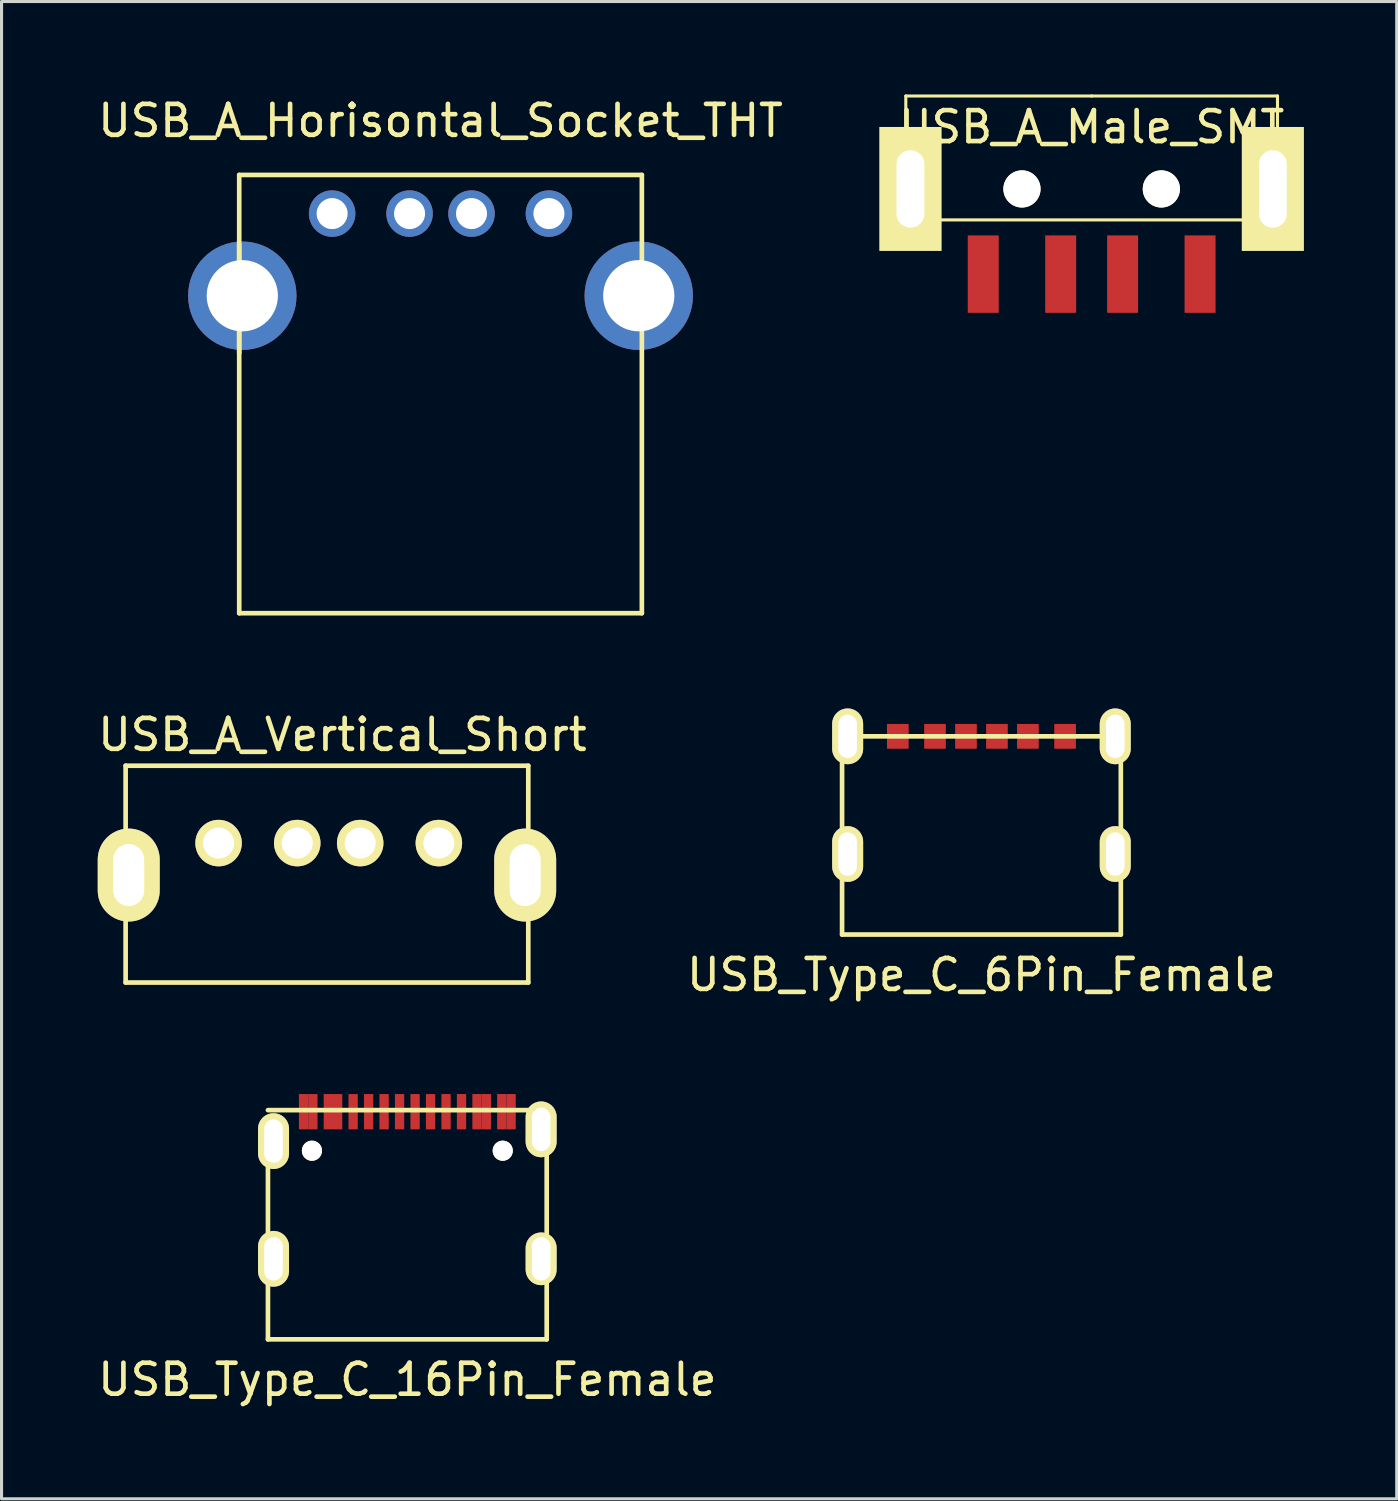
<source format=kicad_pcb>
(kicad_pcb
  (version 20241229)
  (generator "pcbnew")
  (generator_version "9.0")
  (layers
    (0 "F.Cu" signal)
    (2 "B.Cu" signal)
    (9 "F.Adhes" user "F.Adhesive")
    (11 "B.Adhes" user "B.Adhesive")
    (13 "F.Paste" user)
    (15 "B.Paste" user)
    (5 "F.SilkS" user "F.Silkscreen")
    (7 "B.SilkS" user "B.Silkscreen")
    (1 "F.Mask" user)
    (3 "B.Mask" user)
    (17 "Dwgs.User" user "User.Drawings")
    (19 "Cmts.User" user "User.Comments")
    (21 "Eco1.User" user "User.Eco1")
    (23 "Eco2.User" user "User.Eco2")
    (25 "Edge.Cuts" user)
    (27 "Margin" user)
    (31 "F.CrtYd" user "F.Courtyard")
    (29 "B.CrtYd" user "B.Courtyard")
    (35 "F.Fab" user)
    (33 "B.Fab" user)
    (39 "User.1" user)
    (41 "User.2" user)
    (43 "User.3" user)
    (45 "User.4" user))
  (footprint "USB_Type_C_6Pin_Female"
    (layer "F.Cu")
    (at 28.637 23.923)
    (property "Reference" "USB_Type_C_6Pin_Female" (at 0 4.5 0) (layer "F.SilkS") (effects (font (size 1 1) (thickness 0.15))))
    (attr through_hole)
    (fp_line (start -4.5 -3.2) (end -4.5 3.2) (stroke (width 0.15) (type solid)) (layer "F.SilkS"))
    (fp_line (start -4.5 3.2) (end 4.5 3.2) (stroke (width 0.15) (type solid)) (layer "F.SilkS"))
    (fp_line (start 4.5 -3.2) (end -4.5 -3.2) (stroke (width 0.15) (type solid)) (layer "F.SilkS"))
    (fp_line (start 4.5 3.2) (end 4.5 -3.2) (stroke (width 0.15) (type solid)) (layer "F.SilkS"))
    (pad "" thru_hole oval (at -4.32 -3.2) (size 1 1.8) (drill oval 0.6 1.4) (layers "*.Cu" "*.Mask" "F.SilkS"))
    (pad "" thru_hole oval (at -4.32 0.6) (size 1 1.8) (drill oval 0.6 1.4) (layers "*.Cu" "*.Mask" "F.SilkS"))
    (pad "" thru_hole oval (at 4.32 -3.2) (size 1 1.8) (drill oval 0.6 1.4) (layers "*.Cu" "*.Mask" "F.SilkS"))
    (pad "" thru_hole oval (at 4.32 0.6) (size 1 1.8) (drill oval 0.6 1.4) (layers "*.Cu" "*.Mask" "F.SilkS"))
    (pad "A12" smd rect (at 2.7 -3.2) (size 0.7 0.8) (layers "F.Cu" "F.Mask" "F.Paste"))
    (pad "B5" smd rect (at -0.5 -3.2) (size 0.7 0.8) (layers "F.Cu" "F.Mask" "F.Paste"))
    (pad "B9" smd rect (at -1.5 -3.2) (size 0.7 0.8) (layers "F.Cu" "F.Mask" "F.Paste"))
    (pad "B12" smd rect (at -2.7 -3.2) (size 0.7 0.8) (layers "F.Cu" "F.Mask" "F.Paste"))
    (pad "S5" smd rect (at 0.5 -3.2) (size 0.7 0.8) (layers "F.Cu" "F.Mask" "F.Paste"))
    (pad "S9" smd rect (at 1.5 -3.2) (size 0.7 0.8) (layers "F.Cu" "F.Mask" "F.Paste")))
  (footprint "USB_Type_C_16Pin_Female"
    (layer "F.Cu")
    (at 10.101 36.992)
    (property "Reference" "USB_Type_C_16Pin_Female" (at 0 4.5 0) (layer "F.SilkS") (effects (font (size 1 1) (thickness 0.15))))
    (attr smd)
    (fp_line (start -4.5 -3.2) (end -4.5 3.2) (stroke (width 0.15) (type solid)) (layer "F.SilkS"))
    (fp_line (start -4.5 3.2) (end 4.5 3.2) (stroke (width 0.15) (type solid)) (layer "F.SilkS"))
    (fp_line (start 4.5 -4.2) (end -4.5 -4.2) (stroke (width 0.15) (type solid)) (layer "F.SilkS"))
    (fp_line (start 4.5 3.2) (end 4.5 -3.2) (stroke (width 0.15) (type solid)) (layer "F.SilkS"))
    (pad "" np_thru_hole circle (at -3.08 -2.89) (size 0.65 0.65) (drill 0.65) (layers "*.Cu" "*.Mask" "F.SilkS"))
    (pad "" np_thru_hole circle (at 3.08 -2.89) (size 0.65 0.65) (drill 0.65) (layers "*.Cu" "*.Mask" "F.SilkS"))
    (pad "A1" smd rect (at -3.35 -4.15) (size 0.3 1.14) (layers "F.Cu" "F.Mask" "F.Paste"))
    (pad "A4" smd rect (at -2.55 -4.15) (size 0.3 1.14) (layers "F.Cu" "F.Mask" "F.Paste"))
    (pad "A5" smd rect (at -1.25 -4.15) (size 0.3 1.14) (layers "F.Cu" "F.Mask" "F.Paste"))
    (pad "A6" smd rect (at -0.25 -4.15) (size 0.3 1.14) (layers "F.Cu" "F.Mask" "F.Paste"))
    (pad "A7" smd rect (at 0.25 -4.15) (size 0.3 1.14) (layers "F.Cu" "F.Mask" "F.Paste"))
    (pad "A8" smd rect (at 1.25 -4.15) (size 0.3 1.14) (layers "F.Cu" "F.Mask" "F.Paste"))
    (pad "A9" smd rect (at 2.55 -4.15) (size 0.3 1.14) (layers "F.Cu" "F.Mask" "F.Paste"))
    (pad "A12" smd rect (at 3.35 -4.15) (size 0.3 1.14) (layers "F.Cu" "F.Mask" "F.Paste"))
    (pad "B1" smd rect (at 3.05 -4.15) (size 0.3 1.14) (layers "F.Cu" "F.Mask" "F.Paste"))
    (pad "B4" smd rect (at 2.25 -4.15) (size 0.3 1.14) (layers "F.Cu" "F.Mask" "F.Paste"))
    (pad "B5" smd rect (at 1.75 -4.15) (size 0.3 1.14) (layers "F.Cu" "F.Mask" "F.Paste"))
    (pad "B6" smd rect (at 0.75 -4.15) (size 0.3 1.14) (layers "F.Cu" "F.Mask" "F.Paste"))
    (pad "B7" smd rect (at -0.75 -4.15) (size 0.3 1.14) (layers "F.Cu" "F.Mask" "F.Paste"))
    (pad "B8" smd rect (at -1.75 -4.15) (size 0.3 1.14) (layers "F.Cu" "F.Mask" "F.Paste"))
    (pad "B9" smd rect (at -2.25 -4.15) (size 0.3 1.14) (layers "F.Cu" "F.Mask" "F.Paste"))
    (pad "B12" smd rect (at -3.05 -4.15) (size 0.3 1.14) (layers "F.Cu" "F.Mask" "F.Paste"))
    (pad "SHEL" thru_hole oval (at -4.32 -3.2) (size 1 1.8) (drill oval 0.6 1.4) (layers "*.Cu" "*.Mask" "F.SilkS"))
    (pad "SHEL" thru_hole oval (at -4.32 0.6) (size 1 1.8) (drill oval 0.6 1.4) (layers "*.Cu" "*.Mask" "F.SilkS"))
    (pad "SHEL" thru_hole oval (at 4.32 -3.58) (size 1 1.8) (drill oval 0.6 1.4) (layers "*.Cu" "*.Mask" "F.SilkS"))
    (pad "SHEL" thru_hole oval (at 4.32 0.6) (size 1 1.7) (drill oval 0.6 1.4) (layers "*.Cu" "*.Mask" "F.SilkS")))
  (footprint "USB_A_Vertical_Short"
    (layer "F.Cu")
    (at 4.006 24.172)
    (property "Reference" "USB_A_Vertical_Short" (at 4 -3.5 0) (layer "F.SilkS") (effects (font (size 1 1) (thickness 0.15))))
    (attr through_hole)
    (fp_line (start -3 -2.5) (end 10 -2.5) (stroke (width 0.15) (type solid)) (layer "F.SilkS"))
    (fp_line (start -3 1) (end -3 -2.5) (stroke (width 0.15) (type solid)) (layer "F.SilkS"))
    (fp_line (start -3 4.5) (end -3 1) (stroke (width 0.15) (type solid)) (layer "F.SilkS"))
    (fp_line (start 10 -2.5) (end 10 4.5) (stroke (width 0.15) (type solid)) (layer "F.SilkS"))
    (fp_line (start 10 4.5) (end -3 4.5) (stroke (width 0.15) (type solid)) (layer "F.SilkS"))
    (pad "1" thru_hole circle (at 0.001 -0.002 270) (size 1.501 1.501) (drill 1.001) (layers "*.Cu" "*.Mask" "F.SilkS"))
    (pad "2" thru_hole circle (at 2.541 -0.002 270) (size 1.501 1.501) (drill 1.001) (layers "*.Cu" "*.Mask" "F.SilkS"))
    (pad "3" thru_hole circle (at 4.573 -0.002 270) (size 1.501 1.501) (drill 1.001) (layers "*.Cu" "*.Mask" "F.SilkS"))
    (pad "4" thru_hole circle (at 7.113 -0.002 270) (size 1.501 1.501) (drill 1.001) (layers "*.Cu" "*.Mask" "F.SilkS"))
    (pad "5" thru_hole oval (at -2.9 1.03 270) (size 3 2) (drill oval 2 1) (layers "*.Cu" "*.Mask" "F.SilkS"))
    (pad "5" thru_hole oval (at 9.9 1.03 270) (size 3 2) (drill oval 2 1) (layers "*.Cu" "*.Mask" "F.SilkS")))
  (footprint "USB_A_Male_SMT"
    (layer "F.Cu")
    (at 32.195 3.05)
    (property "Reference" "USB_A_Male_SMT" (at 0 -2 0) (layer "F.SilkS") (effects (font (size 1 1) (thickness 0.15))))
    (attr through_hole)
    (fp_line (start -6 -3) (end 0 -3) (stroke (width 0.1) (type solid)) (layer "F.SilkS"))
    (fp_line (start -6 1) (end -6 -3) (stroke (width 0.1) (type solid)) (layer "F.SilkS"))
    (fp_line (start 0 -3) (end 6 -3) (stroke (width 0.1) (type solid)) (layer "F.SilkS"))
    (fp_line (start 6 -3) (end 6 1) (stroke (width 0.1) (type solid)) (layer "F.SilkS"))
    (fp_line (start 6 1) (end -6 1) (stroke (width 0.1) (type solid)) (layer "F.SilkS"))
    (pad "" np_thru_hole circle (at -2.25 0) (size 1.2 1.2) (drill 1.2) (layers "*.Cu" "*.Mask" "F.SilkS"))
    (pad "" np_thru_hole circle (at 2.25 0) (size 1.2 1.2) (drill 1.2) (layers "*.Cu" "*.Mask" "F.SilkS"))
    (pad "1" smd rect (at -3.5 2.75) (size 1 2.5) (layers "F.Cu" "F.Mask" "F.Paste"))
    (pad "2" smd rect (at -1 2.75) (size 1 2.5) (layers "F.Cu" "F.Mask" "F.Paste"))
    (pad "3" smd rect (at 1 2.75) (size 1 2.5) (layers "F.Cu" "F.Mask" "F.Paste"))
    (pad "4" smd rect (at 3.5 2.75) (size 1 2.5) (layers "F.Cu" "F.Mask" "F.Paste"))
    (pad "5" thru_hole rect (at -5.85 0) (size 2 4) (drill oval 0.9 2.5) (layers "*.Cu" "*.Mask" "F.SilkS"))
    (pad "5" thru_hole rect (at 5.85 0) (size 2 4) (drill oval 0.9 2.5) (layers "*.Cu" "*.Mask" "F.SilkS")))
  (footprint "USB_A_Horisontal_Socket_THT"
    (layer "F.Cu")
    (at 11.173 3.848)
    (property "Reference" "USB_A_Horisontal_Socket_THT" (at 0 -3 0) (layer "F.SilkS") (effects (font (size 1 1) (thickness 0.15))))
    (attr through_hole)
    (fp_line (start -6.5 -1.25) (end -6.5 12.9) (stroke (width 0.15) (type solid)) (layer "F.SilkS"))
    (fp_line (start -6.5 -1.25) (end 6.5 -1.25) (stroke (width 0.15) (type solid)) (layer "F.SilkS"))
    (fp_line (start -6.5 4.5) (end -6.5 1) (stroke (width 0.15) (type solid)) (layer "F.SilkS"))
    (fp_line (start 6.5 -1.25) (end 6.5 12.9) (stroke (width 0.15) (type solid)) (layer "F.SilkS"))
    (fp_line (start 6.5 12.9) (end -6.5 12.9) (stroke (width 0.15) (type solid)) (layer "F.SilkS"))
    (pad "1" thru_hole circle (at -3.5 -0.002 270) (size 1.501 1.501) (drill 1.001) (layers "*.Cu" "*.Mask"))
    (pad "2" thru_hole circle (at -1 -0.002 270) (size 1.501 1.501) (drill 1.001) (layers "*.Cu" "*.Mask"))
    (pad "3" thru_hole circle (at 1 -0.002 270) (size 1.501 1.501) (drill 1.001) (layers "*.Cu" "*.Mask"))
    (pad "4" thru_hole circle (at 3.5 -0.002 270) (size 1.501 1.501) (drill 1.001) (layers "*.Cu" "*.Mask"))
    (pad "5" thru_hole circle (at -6.4 2.65 270) (size 3.5 3.5) (drill 2.3) (layers "*.Cu" "*.Mask"))
    (pad "5" thru_hole circle (at 6.4 2.65 270) (size 3.5 3.5) (drill 2.3) (layers "*.Cu" "*.Mask")))
  (gr_rect
    (start -3 -3)
    (end 42.045 45.34)
    (stroke (width 0.1) (type default))
    (fill no)
    (layer "Edge.Cuts")))
</source>
